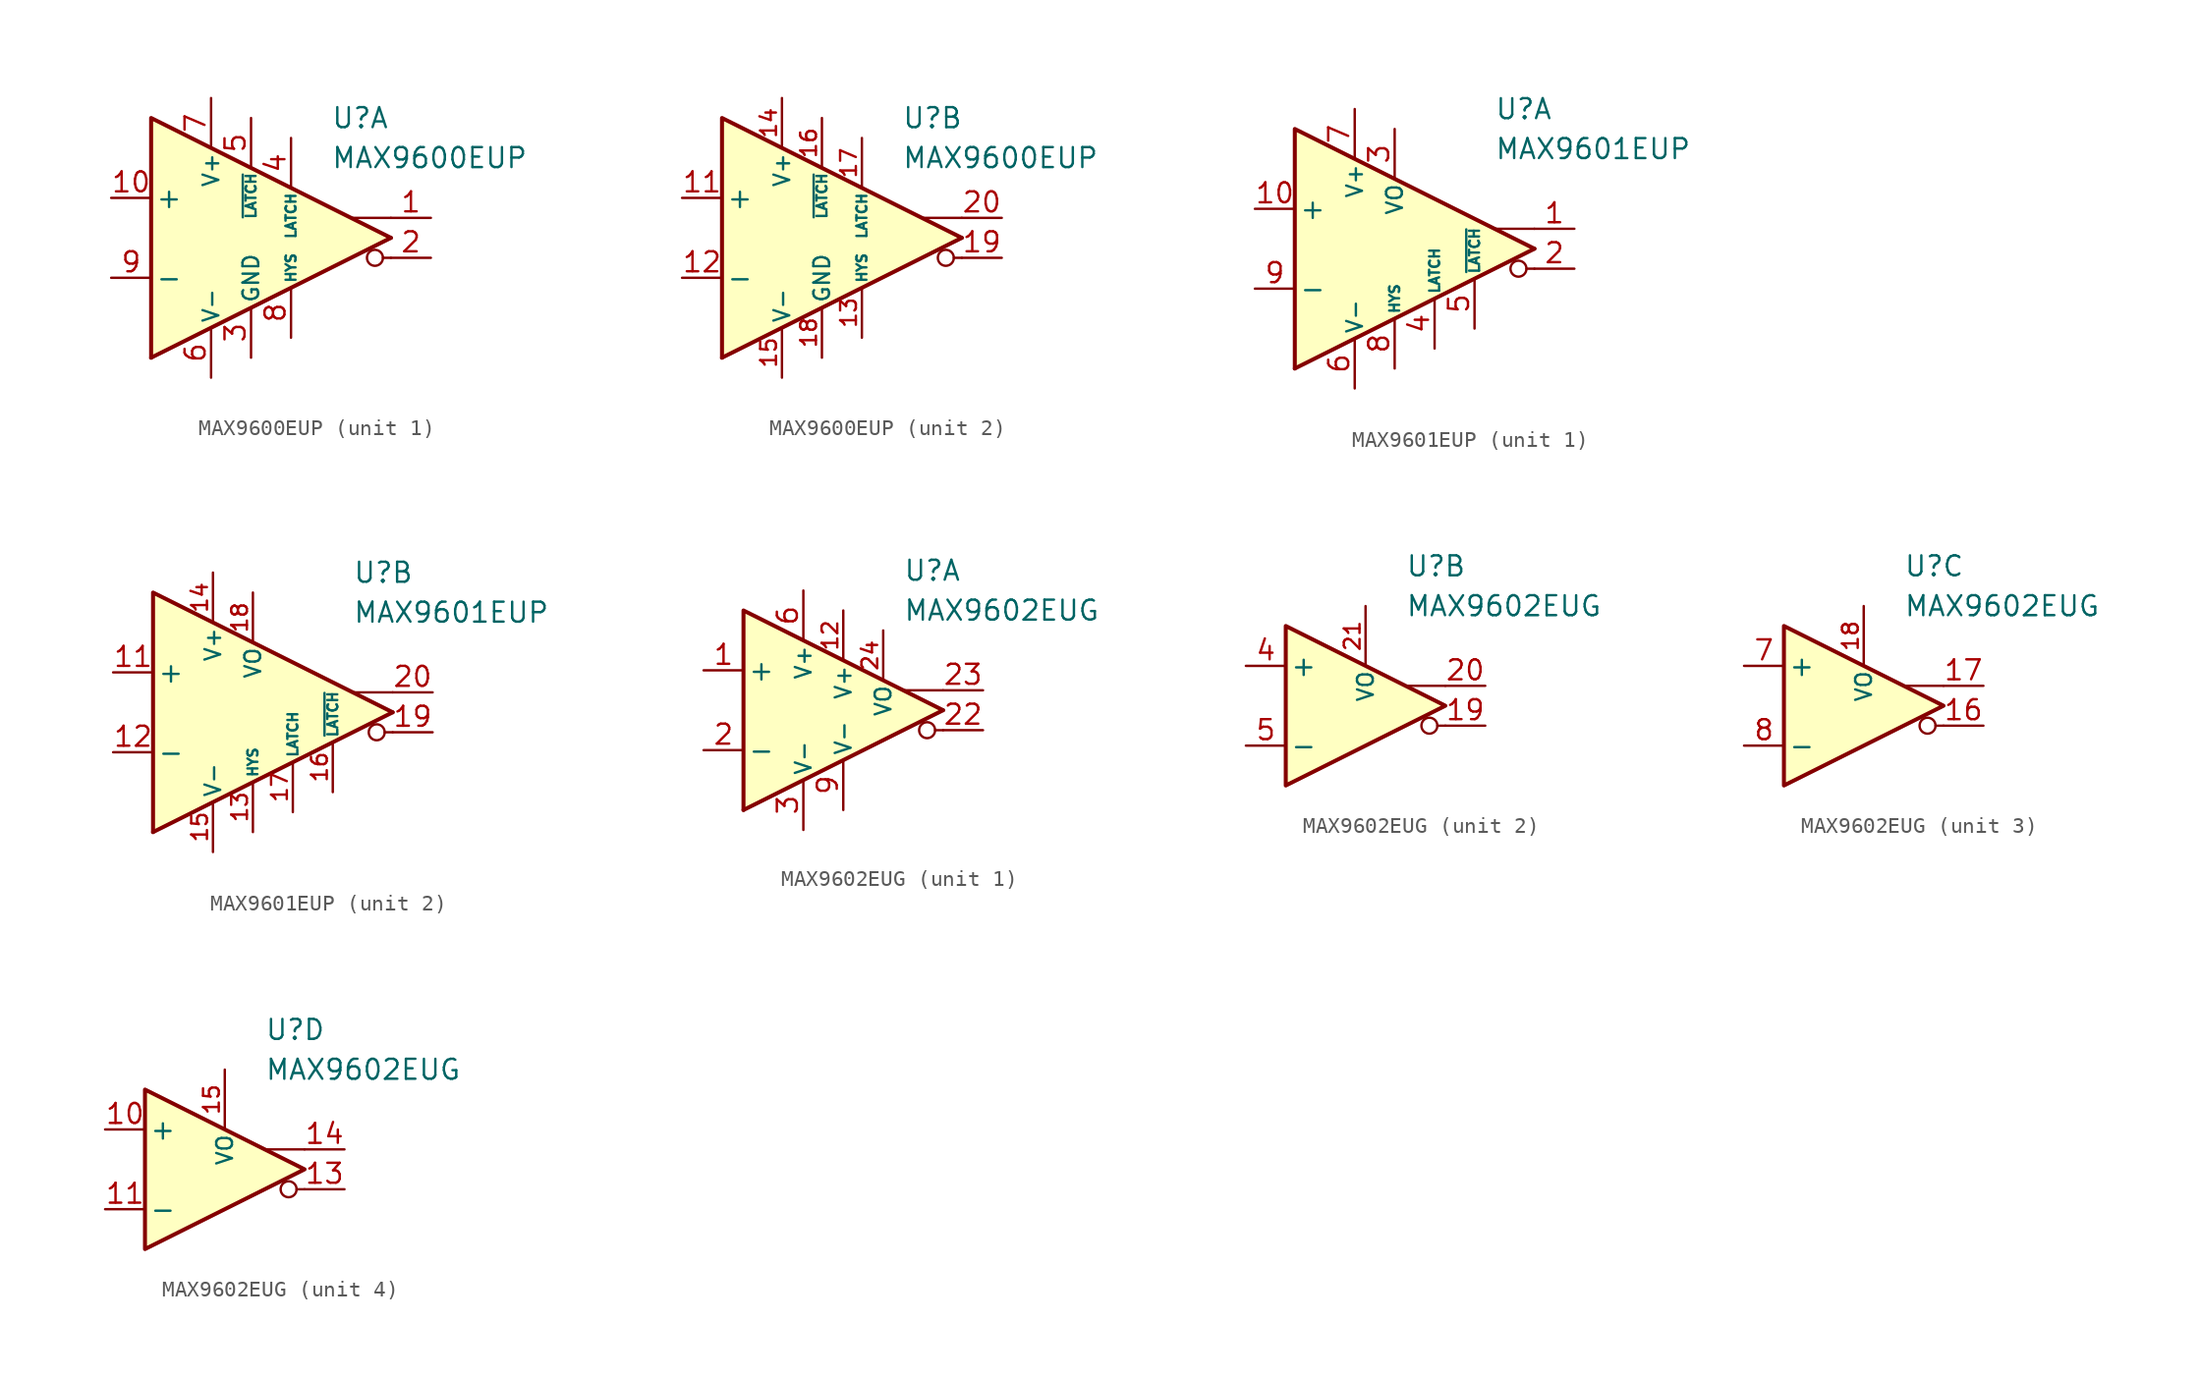
<source format=kicad_sym>
(kicad_symbol_lib
  (version 20231120)
  (generator "kicad_symbol_editor")
  (generator_version "8.0")
  (symbol "MAX9600EUP"
    (pin_names
      (offset 0.254))
    (property "Reference" "U"
      (at 2.54 7.62 0)
      (effects (font (size 1.27 1.27)) (justify left)))
    (property "Value" "MAX9600EUP"
      (at 2.54 5.08 0)
      (effects (font (size 1.27 1.27)) (justify left)))
    (property "ki_locked" ""
      (at 0 0 0)
      (effects (font (size 1.27 1.27))))
    (symbol "MAX9600EUP_0_0"
      (polyline (pts (xy 6.35 -1.27) (xy 5.842 -1.27)) (stroke (width 0.152) (type default)) (fill (type none)))
      (polyline (pts (xy 6.35 0) (xy -8.89 -7.62)) (stroke (width 0.254) (type default)) (fill (type none)))
      (polyline (pts (xy 6.35 1.27) (xy 3.81 1.27)) (stroke (width 0.152) (type default)) (fill (type none)))
      (polyline (pts (xy 6.35 0) (xy -8.89 7.62) (xy -8.89 -7.62)) (stroke (width 0.254) (type default)) (fill (type background)))
      (circle (center 5.334 -1.27) (radius 0.508) (stroke (width 0.152) (type default)) (fill (type none))))
    (symbol "MAX9600EUP_1_1"
      (pin output line (at 8.89 1.27 180) (length 2.54) (name "~" (effects (font (size 1.27 1.27)))) (number "1" (effects (font (size 1.27 1.27)))))
      (pin input line (at -11.43 2.54 0) (length 2.54) (name "+" (effects (font (size 1.27 1.27)))) (number "10" (effects (font (size 1.27 1.27)))))
      (pin output line (at 8.89 -1.27 180) (length 2.54) (name "~" (effects (font (size 1.27 1.27)))) (number "2" (effects (font (size 1.27 1.27)))))
      (pin power_in line (at -2.54 -7.62 90) (length 3.18) (name "GND" (effects (font (size 1 1)))) (number "3" (effects (font (size 1.27 1.27)))))
      (pin input line (at 0 6.35 270) (length 3.18) (name "LATCH" (effects (font (size 0.635 0.635)))) (number "4" (effects (font (size 1.27 1.27)))))
      (pin input line (at -2.54 7.62 270) (length 3.18) (name "~{LATCH}" (effects (font (size 0.635 0.635)))) (number "5" (effects (font (size 1.27 1.27)))))
      (pin power_in line (at -5.08 -8.89 90) (length 3.18) (name "V-" (effects (font (size 1 1)))) (number "6" (effects (font (size 1.27 1.27)))))
      (pin power_in line (at -5.08 8.89 270) (length 3.18) (name "V+" (effects (font (size 1 1)))) (number "7" (effects (font (size 1.27 1.27)))))
      (pin input line (at 0 -6.35 90) (length 3.18) (name "HYS" (effects (font (size 0.635 0.635)))) (number "8" (effects (font (size 1.27 1.27)))))
      (pin input line (at -11.43 -2.54 0) (length 2.54) (name "-" (effects (font (size 1.27 1.27)))) (number "9" (effects (font (size 1.27 1.27))))))
    (symbol "MAX9600EUP_2_1"
      (pin input line (at -11.43 2.54 0) (length 2.54) (name "+" (effects (font (size 1.27 1.27)))) (number "11" (effects (font (size 1.27 1.27)))))
      (pin input line (at -11.43 -2.54 0) (length 2.54) (name "-" (effects (font (size 1.27 1.27)))) (number "12" (effects (font (size 1.27 1.27)))))
      (pin input line (at 0 -6.35 90) (length 3.18) (name "HYS" (effects (font (size 0.635 0.635)))) (number "13" (effects (font (size 1 1)))))
      (pin power_in line (at -5.08 8.89 270) (length 3.18) (name "V+" (effects (font (size 1 1)))) (number "14" (effects (font (size 1 1)))))
      (pin power_in line (at -5.08 -8.89 90) (length 3.18) (name "V-" (effects (font (size 1 1)))) (number "15" (effects (font (size 1 1)))))
      (pin input line (at -2.54 7.62 270) (length 3.18) (name "~{LATCH}" (effects (font (size 0.635 0.635)))) (number "16" (effects (font (size 1 1)))))
      (pin input line (at 0 6.35 270) (length 3.18) (name "LATCH" (effects (font (size 0.635 0.635)))) (number "17" (effects (font (size 1 1)))))
      (pin power_in line (at -2.54 -7.62 90) (length 3.18) (name "GND" (effects (font (size 1 1)))) (number "18" (effects (font (size 1 1)))))
      (pin output line (at 8.89 -1.27 180) (length 2.54) (name "~" (effects (font (size 1.27 1.27)))) (number "19" (effects (font (size 1.27 1.27)))))
      (pin output line (at 8.89 1.27 180) (length 2.54) (name "~" (effects (font (size 1.27 1.27)))) (number "20" (effects (font (size 1.27 1.27)))))))
  (symbol "MAX9601EUP"
    (pin_names
      (offset 0.254))
    (property "Reference" "U"
      (at 3.81 8.89 0)
      (effects (font (size 1.27 1.27)) (justify left)))
    (property "Value" "MAX9601EUP"
      (at 3.81 6.35 0)
      (effects (font (size 1.27 1.27)) (justify left)))
    (property "ki_locked" ""
      (at 0 0 0)
      (effects (font (size 1.27 1.27))))
    (symbol "MAX9601EUP_0_0"
      (polyline (pts (xy 6.35 -1.27) (xy 5.842 -1.27)) (stroke (width 0.152) (type default)) (fill (type none)))
      (polyline (pts (xy 6.35 0) (xy -8.89 -7.62)) (stroke (width 0.254) (type default)) (fill (type none)))
      (polyline (pts (xy 6.35 1.27) (xy 3.81 1.27)) (stroke (width 0.152) (type default)) (fill (type none)))
      (polyline (pts (xy 6.35 0) (xy -8.89 7.62) (xy -8.89 -7.62)) (stroke (width 0.254) (type default)) (fill (type background)))
      (circle (center 5.334 -1.27) (radius 0.508) (stroke (width 0.152) (type default)) (fill (type none))))
    (symbol "MAX9601EUP_1_1"
      (pin output line (at 8.89 1.27 180) (length 2.54) (name "~" (effects (font (size 1.27 1.27)))) (number "1" (effects (font (size 1.27 1.27)))))
      (pin input line (at -11.43 2.54 0) (length 2.54) (name "+" (effects (font (size 1.27 1.27)))) (number "10" (effects (font (size 1.27 1.27)))))
      (pin output line (at 8.89 -1.27 180) (length 2.54) (name "~" (effects (font (size 1.27 1.27)))) (number "2" (effects (font (size 1.27 1.27)))))
      (pin power_in line (at -2.54 7.62 270) (length 3.18) (name "VO" (effects (font (size 1 1)))) (number "3" (effects (font (size 1.27 1.27)))))
      (pin input line (at 0 -6.35 90) (length 3.18) (name "LATCH" (effects (font (size 0.635 0.635)))) (number "4" (effects (font (size 1.27 1.27)))))
      (pin input line (at 2.54 -5.08 90) (length 3.18) (name "~{LATCH}" (effects (font (size 0.635 0.635)))) (number "5" (effects (font (size 1.27 1.27)))))
      (pin power_in line (at -5.08 -8.89 90) (length 3.18) (name "V-" (effects (font (size 1 1)))) (number "6" (effects (font (size 1.27 1.27)))))
      (pin power_in line (at -5.08 8.89 270) (length 3.18) (name "V+" (effects (font (size 1 1)))) (number "7" (effects (font (size 1.27 1.27)))))
      (pin input line (at -2.54 -7.62 90) (length 3.18) (name "HYS" (effects (font (size 0.635 0.635)))) (number "8" (effects (font (size 1.27 1.27)))))
      (pin input line (at -11.43 -2.54 0) (length 2.54) (name "-" (effects (font (size 1.27 1.27)))) (number "9" (effects (font (size 1.27 1.27))))))
    (symbol "MAX9601EUP_2_1"
      (pin input line (at -11.43 2.54 0) (length 2.54) (name "+" (effects (font (size 1.27 1.27)))) (number "11" (effects (font (size 1.27 1.27)))))
      (pin input line (at -11.43 -2.54 0) (length 2.54) (name "-" (effects (font (size 1.27 1.27)))) (number "12" (effects (font (size 1.27 1.27)))))
      (pin input line (at -2.54 -7.62 90) (length 3.18) (name "HYS" (effects (font (size 0.635 0.635)))) (number "13" (effects (font (size 1 1)))))
      (pin power_in line (at -5.08 8.89 270) (length 3.18) (name "V+" (effects (font (size 1 1)))) (number "14" (effects (font (size 1 1)))))
      (pin power_in line (at -5.08 -8.89 90) (length 3.18) (name "V-" (effects (font (size 1 1)))) (number "15" (effects (font (size 1 1)))))
      (pin input line (at 2.54 -5.08 90) (length 3.18) (name "~{LATCH}" (effects (font (size 0.635 0.635)))) (number "16" (effects (font (size 1 1)))))
      (pin input line (at 0 -6.35 90) (length 3.18) (name "LATCH" (effects (font (size 0.635 0.635)))) (number "17" (effects (font (size 1 1)))))
      (pin power_in line (at -2.54 7.62 270) (length 3.18) (name "VO" (effects (font (size 1 1)))) (number "18" (effects (font (size 1 1)))))
      (pin output line (at 8.89 -1.27 180) (length 2.54) (name "~" (effects (font (size 1.27 1.27)))) (number "19" (effects (font (size 1.27 1.27)))))
      (pin output line (at 8.89 1.27 180) (length 2.54) (name "~" (effects (font (size 1.27 1.27)))) (number "20" (effects (font (size 1.27 1.27)))))))
  (symbol "MAX9602EUG"
    (pin_names
      (offset 0.254))
    (property "Reference" "U"
      (at 3.81 8.89 0)
      (effects (font (size 1.27 1.27)) (justify left)))
    (property "Value" "MAX9602EUG"
      (at 3.81 6.35 0)
      (effects (font (size 1.27 1.27)) (justify left)))
    (property "ki_locked" ""
      (at 0 0 0)
      (effects (font (size 1.27 1.27))))
    (symbol "MAX9602EUG_0_0"
      (polyline (pts (xy 6.35 -1.27) (xy 5.842 -1.27)) (stroke (width 0.152) (type default)) (fill (type none)))
      (polyline (pts (xy 6.35 1.27) (xy 3.81 1.27)) (stroke (width 0.152) (type default)) (fill (type none)))
      (circle (center 5.334 -1.27) (radius 0.508) (stroke (width 0.152) (type default)) (fill (type none))))
    (symbol "MAX9602EUG_1_0"
      (polyline (pts (xy 6.35 0) (xy -6.35 -6.35)) (stroke (width 0.254) (type default)) (fill (type none)))
      (polyline (pts (xy 6.35 0) (xy -6.35 6.35) (xy -6.35 -6.35)) (stroke (width 0.254) (type default)) (fill (type background))))
    (symbol "MAX9602EUG_1_1"
      (pin input line (at -8.89 2.54 0) (length 2.54) (name "+" (effects (font (size 1.27 1.27)))) (number "1" (effects (font (size 1.27 1.27)))))
      (pin power_in line (at 0 6.35 270) (length 3.18) (name "V+" (effects (font (size 1 1)))) (number "12" (effects (font (size 1 1)))))
      (pin input line (at -8.89 -2.54 0) (length 2.54) (name "-" (effects (font (size 1.27 1.27)))) (number "2" (effects (font (size 1.27 1.27)))))
      (pin output line (at 8.89 -1.27 180) (length 2.54) (name "~" (effects (font (size 1.27 1.27)))) (number "22" (effects (font (size 1.27 1.27)))))
      (pin output line (at 8.89 1.27 180) (length 2.54) (name "~" (effects (font (size 1.27 1.27)))) (number "23" (effects (font (size 1.27 1.27)))))
      (pin power_in line (at 2.54 5.08 270) (length 3.18) (name "VO" (effects (font (size 1 1)))) (number "24" (effects (font (size 1 1)))))
      (pin power_in line (at -2.54 -7.62 90) (length 3.18) (name "V-" (effects (font (size 1 1)))) (number "3" (effects (font (size 1.27 1.27)))))
      (pin power_in line (at -2.54 7.62 270) (length 3.18) (name "V+" (effects (font (size 1 1)))) (number "6" (effects (font (size 1.27 1.27)))))
      (pin power_in line (at 0 -6.35 90) (length 3.18) (name "V-" (effects (font (size 1 1)))) (number "9" (effects (font (size 1.27 1.27))))))
    (symbol "MAX9602EUG_2_0"
      (polyline (pts (xy 6.35 0) (xy -3.81 5.08) (xy -3.81 -5.08) (xy 6.35 0)) (stroke (width 0.254) (type default)) (fill (type background))))
    (symbol "MAX9602EUG_2_1"
      (pin output line (at 8.89 -1.27 180) (length 2.54) (name "~" (effects (font (size 1.27 1.27)))) (number "19" (effects (font (size 1.27 1.27)))))
      (pin output line (at 8.89 1.27 180) (length 2.54) (name "~" (effects (font (size 1.27 1.27)))) (number "20" (effects (font (size 1.27 1.27)))))
      (pin power_in line (at 1.27 6.35 270) (length 3.81) (name "VO" (effects (font (size 1 1)))) (number "21" (effects (font (size 1 1)))))
      (pin input line (at -6.35 2.54 0) (length 2.54) (name "+" (effects (font (size 1.27 1.27)))) (number "4" (effects (font (size 1.27 1.27)))))
      (pin input line (at -6.35 -2.54 0) (length 2.54) (name "-" (effects (font (size 1.27 1.27)))) (number "5" (effects (font (size 1.27 1.27))))))
    (symbol "MAX9602EUG_3_0"
      (polyline (pts (xy 6.35 0) (xy -3.81 5.08) (xy -3.81 -5.08) (xy 6.35 0)) (stroke (width 0.254) (type default)) (fill (type background))))
    (symbol "MAX9602EUG_3_1"
      (pin output line (at 8.89 -1.27 180) (length 2.54) (name "~" (effects (font (size 1.27 1.27)))) (number "16" (effects (font (size 1.27 1.27)))))
      (pin output line (at 8.89 1.27 180) (length 2.54) (name "~" (effects (font (size 1.27 1.27)))) (number "17" (effects (font (size 1.27 1.27)))))
      (pin power_in line (at 1.27 6.35 270) (length 3.81) (name "VO" (effects (font (size 1 1)))) (number "18" (effects (font (size 1 1)))))
      (pin input line (at -6.35 2.54 0) (length 2.54) (name "+" (effects (font (size 1.27 1.27)))) (number "7" (effects (font (size 1.27 1.27)))))
      (pin input line (at -6.35 -2.54 0) (length 2.54) (name "-" (effects (font (size 1.27 1.27)))) (number "8" (effects (font (size 1.27 1.27))))))
    (symbol "MAX9602EUG_4_0"
      (polyline (pts (xy 6.35 0) (xy -3.81 5.08) (xy -3.81 -5.08) (xy 6.35 0)) (stroke (width 0.254) (type default)) (fill (type background))))
    (symbol "MAX9602EUG_4_1"
      (pin input line (at -6.35 2.54 0) (length 2.54) (name "+" (effects (font (size 1.27 1.27)))) (number "10" (effects (font (size 1.27 1.27)))))
      (pin input line (at -6.35 -2.54 0) (length 2.54) (name "-" (effects (font (size 1.27 1.27)))) (number "11" (effects (font (size 1.27 1.27)))))
      (pin output line (at 8.89 -1.27 180) (length 2.54) (name "~" (effects (font (size 1.27 1.27)))) (number "13" (effects (font (size 1.27 1.27)))))
      (pin output line (at 8.89 1.27 180) (length 2.54) (name "~" (effects (font (size 1.27 1.27)))) (number "14" (effects (font (size 1.27 1.27)))))
      (pin power_in line (at 1.27 6.35 270) (length 3.81) (name "VO" (effects (font (size 1 1)))) (number "15" (effects (font (size 1 1))))))))
</source>
